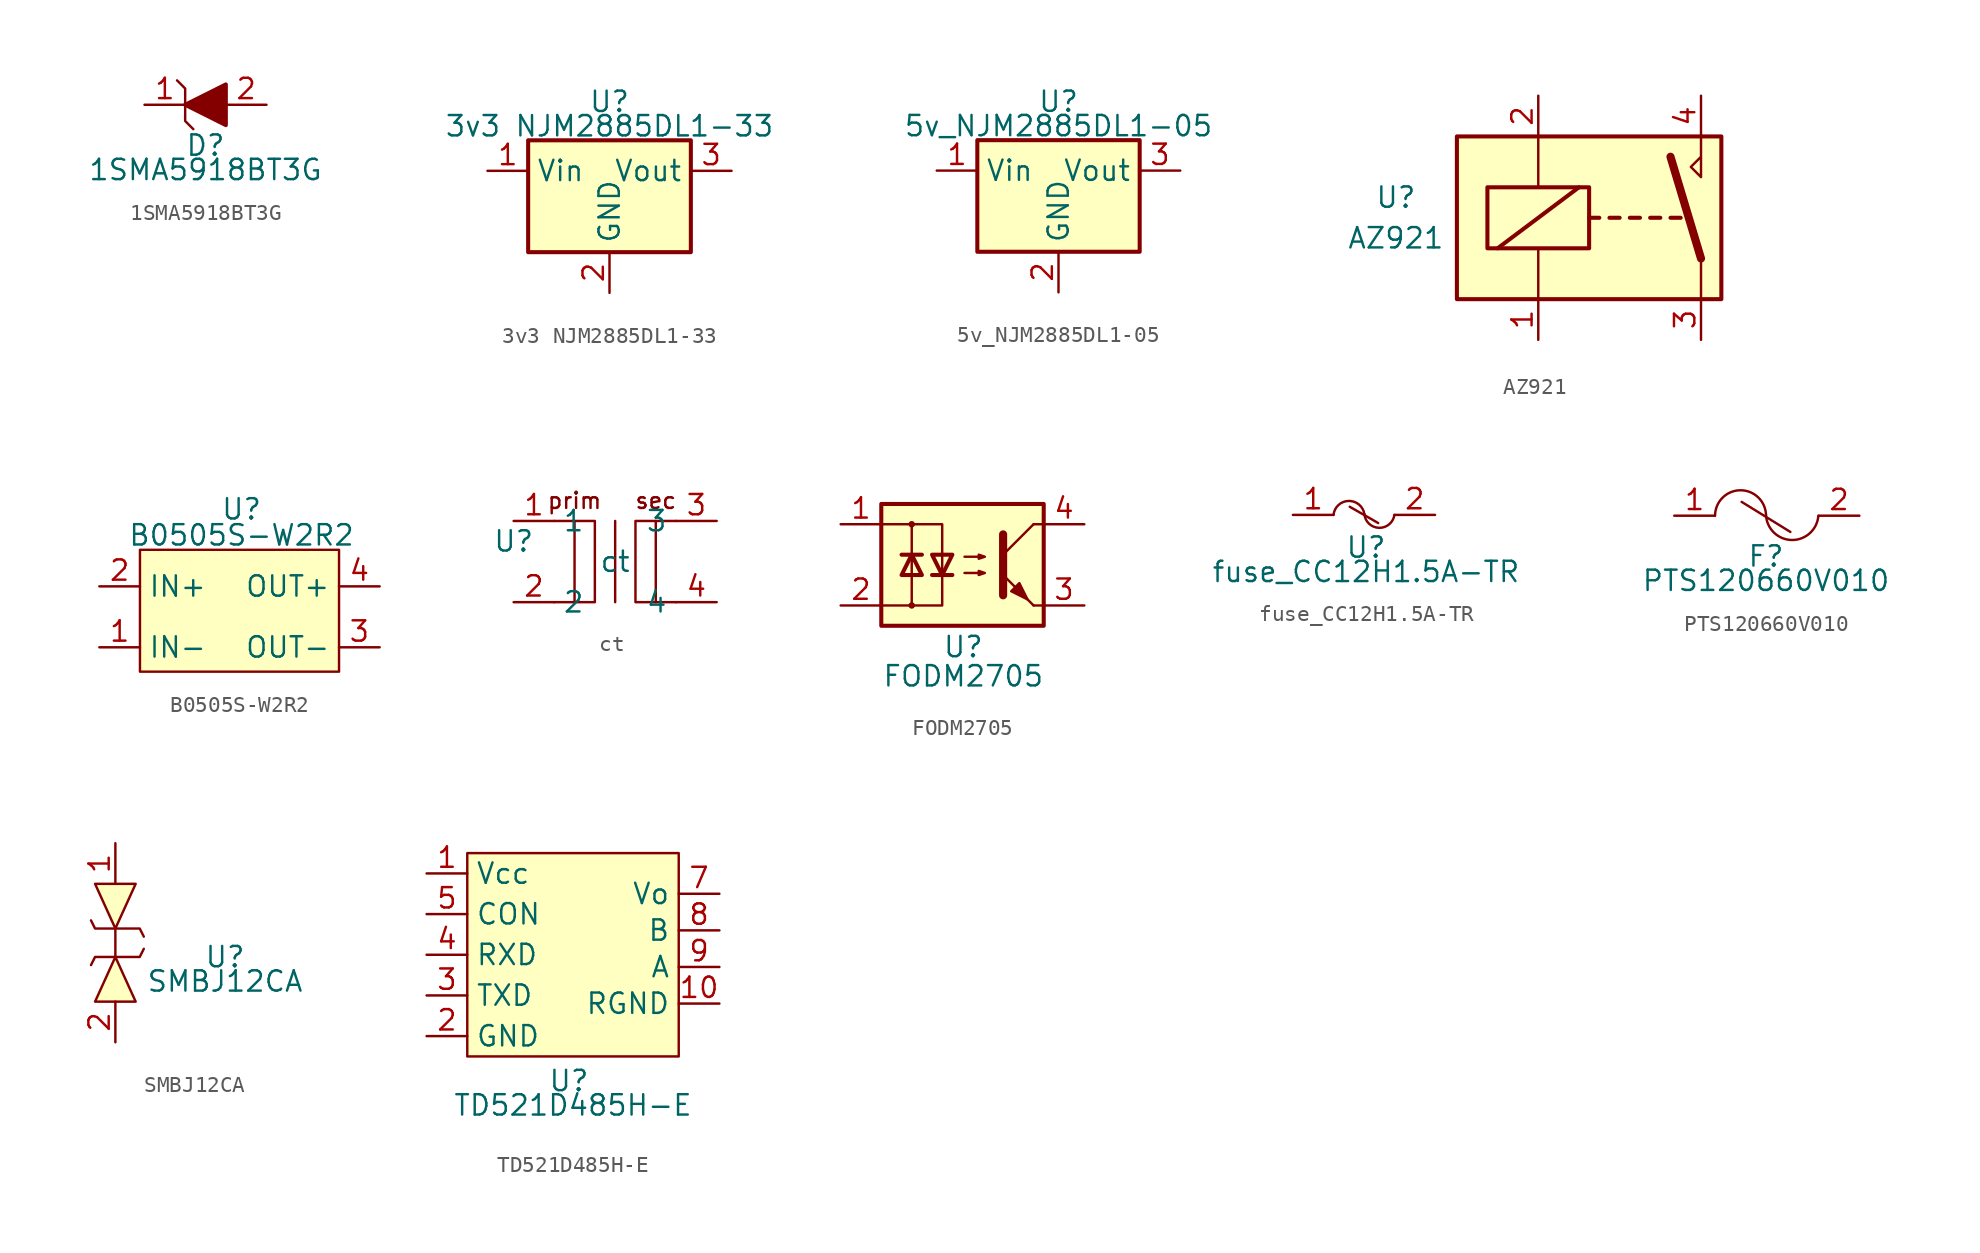
<source format=kicad_sym>
(kicad_symbol_lib
  (version 20211014)
  (generator kicad_symbol_editor)
  (symbol "1SMA5918BT3G"
    (property "Reference" "D"
      (at 0 -2.54 0)
      (effects (font (size 1.27 1.27))))
    (property "Value" "1SMA5918BT3G"
      (at 0 -4.064 0)
      (effects (font (size 1.27 1.27))))
    (symbol "1SMA5918BT3G_0_1"
      (polyline (pts (xy -0.762 -1.524) (xy -1.27 -1.016) (xy -1.27 1.016) (xy -1.778 1.524)) (stroke (width 0) (type default) (color 0 0 0 0)) (fill (type none)))
      (polyline (pts (xy 1.27 -1.27) (xy 1.27 1.27) (xy -1.27 0) (xy 1.27 -1.27)) (stroke (width 0.254) (type default) (color 0 0 0 0)) (fill (type outline))))
    (symbol "1SMA5918BT3G_1_1"
      (pin passive line (at -3.81 0 0) (length 2.54) (name "" (effects (font (size 1.27 1.27)))) (number "1" (effects (font (size 1.27 1.27)))))
      (pin passive line (at 3.81 0 180) (length 2.54) (name "" (effects (font (size 1.27 1.27)))) (number "2" (effects (font (size 1.27 1.27)))))))
  (symbol "3v3 NJM2885DL1-33"
    (property "Reference" "U"
      (at 0 6.096 0)
      (effects (font (size 1.27 1.27))))
    (property "Value" "3v3 NJM2885DL1-33"
      (at 0 4.572 0)
      (effects (font (size 1.27 1.27))))
    (symbol "3v3 NJM2885DL1-33_0_1"
      (rectangle (start -5.08 3.683) (end 5.08 -3.302) (stroke (width 0.254) (type default) (color 0 0 0 0)) (fill (type background))))
    (symbol "3v3 NJM2885DL1-33_1_1"
      (pin power_in line (at -7.62 1.778 0) (length 2.54) (name "Vin" (effects (font (size 1.27 1.27)))) (number "1" (effects (font (size 1.27 1.27)))))
      (pin power_out line (at 0 -5.842 90) (length 2.54) (name "GND" (effects (font (size 1.27 1.27)))) (number "2" (effects (font (size 1.27 1.27)))))
      (pin power_out line (at 7.62 1.778 180) (length 2.54) (name "Vout" (effects (font (size 1.27 1.27)))) (number "3" (effects (font (size 1.27 1.27)))))))
  (symbol "5v_NJM2885DL1-05"
    (property "Reference" "U"
      (at 0 5.842 0)
      (effects (font (size 1.27 1.27))))
    (property "Value" "5v_NJM2885DL1-05"
      (at 0 4.318 0)
      (effects (font (size 1.27 1.27))))
    (symbol "5v_NJM2885DL1-05_0_1"
      (rectangle (start -5.08 3.429) (end 5.08 -3.556) (stroke (width 0.254) (type default) (color 0 0 0 0)) (fill (type background))))
    (symbol "5v_NJM2885DL1-05_1_1"
      (pin power_in line (at -7.62 1.524 0) (length 2.54) (name "Vin" (effects (font (size 1.27 1.27)))) (number "1" (effects (font (size 1.27 1.27)))))
      (pin power_out line (at 0 -6.096 90) (length 2.54) (name "GND" (effects (font (size 1.27 1.27)))) (number "2" (effects (font (size 1.27 1.27)))))
      (pin power_out line (at 7.62 1.524 180) (length 2.54) (name "Vout" (effects (font (size 1.27 1.27)))) (number "3" (effects (font (size 1.27 1.27)))))))
  (symbol "AZ921"
    (property "Reference" "U"
      (at -12.7 1.27 0)
      (effects (font (size 1.27 1.27))))
    (property "Value" "AZ921"
      (at -12.7 -1.27 0)
      (effects (font (size 1.27 1.27))))
    (symbol "AZ921_0_0"
      (polyline (pts (xy 6.35 5.08) (xy 6.35 2.54) (xy 5.715 3.175) (xy 6.35 3.81)) (stroke (width 0) (type default) (color 0 0 0 0)) (fill (type none))))
    (symbol "AZ921_0_1"
      (rectangle (start -8.89 5.08) (end 7.62 -5.08) (stroke (width 0.254) (type default) (color 0 0 0 0)) (fill (type background)))
      (rectangle (start -6.985 1.905) (end -0.635 -1.905) (stroke (width 0.254) (type default) (color 0 0 0 0)) (fill (type none)))
      (polyline (pts (xy -6.35 -1.905) (xy -1.27 1.905)) (stroke (width 0.254) (type default) (color 0 0 0 0)) (fill (type none)))
      (polyline (pts (xy -3.81 -5.08) (xy -3.81 -1.905)) (stroke (width 0) (type default) (color 0 0 0 0)) (fill (type none)))
      (polyline (pts (xy -3.81 5.08) (xy -3.81 1.905)) (stroke (width 0) (type default) (color 0 0 0 0)) (fill (type none)))
      (polyline (pts (xy -0.635 0) (xy 0 0)) (stroke (width 0.254) (type default) (color 0 0 0 0)) (fill (type none)))
      (polyline (pts (xy 0.635 0) (xy 1.27 0)) (stroke (width 0.254) (type default) (color 0 0 0 0)) (fill (type none)))
      (polyline (pts (xy 1.905 0) (xy 2.54 0)) (stroke (width 0.254) (type default) (color 0 0 0 0)) (fill (type none)))
      (polyline (pts (xy 3.175 0) (xy 3.81 0)) (stroke (width 0.254) (type default) (color 0 0 0 0)) (fill (type none)))
      (polyline (pts (xy 4.445 0) (xy 5.08 0)) (stroke (width 0.254) (type default) (color 0 0 0 0)) (fill (type none)))
      (polyline (pts (xy 6.35 -2.54) (xy 4.445 3.81)) (stroke (width 0.508) (type default) (color 0 0 0 0)) (fill (type none)))
      (polyline (pts (xy 6.35 -2.54) (xy 6.35 -5.08)) (stroke (width 0) (type default) (color 0 0 0 0)) (fill (type none))))
    (symbol "AZ921_1_1"
      (pin passive line (at -3.81 -7.62 90) (length 2.54) (name "~" (effects (font (size 1.27 1.27)))) (number "1" (effects (font (size 1.27 1.27)))))
      (pin passive line (at -3.81 7.62 270) (length 2.54) (name "~" (effects (font (size 1.27 1.27)))) (number "2" (effects (font (size 1.27 1.27)))))
      (pin passive line (at 6.35 -7.62 90) (length 2.54) (name "~" (effects (font (size 1.27 1.27)))) (number "3" (effects (font (size 1.27 1.27)))))
      (pin passive line (at 6.35 7.62 270) (length 2.54) (name "~" (effects (font (size 1.27 1.27)))) (number "4" (effects (font (size 1.27 1.27)))))))
  (symbol "B0505S-W2R2"
    (property "Reference" "U"
      (at 0 6.604 0)
      (effects (font (size 1.27 1.27))))
    (property "Value" "B0505S-W2R2"
      (at 0 4.978 0)
      (effects (font (size 1.27 1.27))))
    (symbol "B0505S-W2R2_0_1"
      (rectangle (start -6.35 4.064) (end 6.096 -3.556) (stroke (width 0) (type default) (color 0 0 0 0)) (fill (type background))))
    (symbol "B0505S-W2R2_1_1"
      (pin output line (at -8.89 -2.032 0) (length 2.54) (name "IN-" (effects (font (size 1.27 1.27)))) (number "1" (effects (font (size 1.27 1.27)))))
      (pin input line (at -8.89 1.778 0) (length 2.54) (name "IN+" (effects (font (size 1.27 1.27)))) (number "2" (effects (font (size 1.27 1.27)))))
      (pin output line (at 8.636 -2.032 180) (length 2.54) (name "OUT-" (effects (font (size 1.27 1.27)))) (number "3" (effects (font (size 1.27 1.27)))))
      (pin output line (at 8.636 1.778 180) (length 2.54) (name "OUT+" (effects (font (size 1.27 1.27)))) (number "4" (effects (font (size 1.27 1.27)))))))
  (symbol "ct"
    (property "Reference" "U"
      (at -6.35 5.08 0)
      (effects (font (size 1.27 1.27))))
    (property "Value" "ct"
      (at 0 3.81 0)
      (effects (font (size 1.27 1.27))))
    (symbol "ct_0_0"
      (text "prim" (at -2.54 7.62 0) (effects (font (size 1 1))))
      (text "sec" (at 2.54 7.62 0) (effects (font (size 1 1)))))
    (symbol "ct_0_1"
      (rectangle (start -2.54 6.35) (end -1.27 1.27) (stroke (width 0) (type default) (color 0 0 0 0)) (fill (type none)))
      (polyline (pts (xy -2.54 1.27) (xy -3.81 1.27)) (stroke (width 0) (type default) (color 0 0 0 0)) (fill (type none)))
      (polyline (pts (xy -2.54 6.35) (xy -3.81 6.35)) (stroke (width 0) (type default) (color 0 0 0 0)) (fill (type none)))
      (polyline (pts (xy 0 6.35) (xy 0 1.27)) (stroke (width 0) (type default) (color 0 0 0 0)) (fill (type none)))
      (polyline (pts (xy 2.54 1.27) (xy 3.81 1.27)) (stroke (width 0) (type default) (color 0 0 0 0)) (fill (type none)))
      (polyline (pts (xy 2.54 6.35) (xy 3.81 6.35)) (stroke (width 0) (type default) (color 0 0 0 0)) (fill (type none)))
      (rectangle (start 1.27 6.35) (end 2.54 1.27) (stroke (width 0) (type default) (color 0 0 0 0)) (fill (type none))))
    (symbol "ct_1_1"
      (pin input line (at -6.35 6.35 0) (length 2.54) (name "1" (effects (font (size 1.27 1.27)))) (number "1" (effects (font (size 1.27 1.27)))))
      (pin input line (at -6.35 1.27 0) (length 2.54) (name "2" (effects (font (size 1.27 1.27)))) (number "2" (effects (font (size 1.27 1.27)))))
      (pin output line (at 6.35 6.35 180) (length 2.54) (name "3" (effects (font (size 1.27 1.27)))) (number "3" (effects (font (size 1.27 1.27)))))
      (pin output line (at 6.35 1.27 180) (length 2.54) (name "4" (effects (font (size 1.27 1.27)))) (number "4" (effects (font (size 1.27 1.27)))))))
  (symbol "FODM2705"
    (property "Reference" "U"
      (at 0 0 0)
      (effects (font (size 1.27 1.27))))
    (property "Value" "FODM2705"
      (at 0 -1.829 0)
      (effects (font (size 1.27 1.27))))
    (symbol "FODM2705_0_1"
      (rectangle (start -5.131 8.941) (end 5.029 1.321) (stroke (width 0.254) (type default) (color 0 0 0 0)) (fill (type background)))
      (circle (center -3.226 2.591) (radius 0.127) (stroke (width 0) (type default) (color 0 0 0 0)) (fill (type none)))
      (circle (center -3.226 7.671) (radius 0.127) (stroke (width 0) (type default) (color 0 0 0 0)) (fill (type none)))
      (polyline (pts (xy -3.861 5.766) (xy -2.591 5.766)) (stroke (width 0.254) (type default) (color 0 0 0 0)) (fill (type none)))
      (polyline (pts (xy -3.226 4.496) (xy -3.226 2.591)) (stroke (width 0) (type default) (color 0 0 0 0)) (fill (type none)))
      (polyline (pts (xy -3.226 4.496) (xy -3.226 7.671)) (stroke (width 0) (type default) (color 0 0 0 0)) (fill (type none)))
      (polyline (pts (xy -1.956 4.496) (xy -0.686 4.496)) (stroke (width 0.254) (type default) (color 0 0 0 0)) (fill (type none)))
      (polyline (pts (xy 2.489 5.766) (xy 4.394 7.671)) (stroke (width 0) (type default) (color 0 0 0 0)) (fill (type none)))
      (polyline (pts (xy 4.394 2.591) (xy 2.489 4.496)) (stroke (width 0) (type default) (color 0 0 0 0)) (fill (type outline)))
      (polyline (pts (xy 4.394 2.591) (xy 5.029 2.591)) (stroke (width 0) (type default) (color 0 0 0 0)) (fill (type none)))
      (polyline (pts (xy 4.394 7.671) (xy 5.029 7.671)) (stroke (width 0) (type default) (color 0 0 0 0)) (fill (type none)))
      (polyline (pts (xy -5.131 7.671) (xy -1.321 7.671) (xy -1.321 4.496)) (stroke (width 0) (type default) (color 0 0 0 0)) (fill (type none)))
      (polyline (pts (xy -1.321 4.496) (xy -1.321 2.591) (xy -5.131 2.591)) (stroke (width 0) (type default) (color 0 0 0 0)) (fill (type none)))
      (polyline (pts (xy 2.489 7.036) (xy 2.489 3.226) (xy 2.489 3.226)) (stroke (width 0.508) (type default) (color 0 0 0 0)) (fill (type none)))
      (polyline (pts (xy -3.226 5.766) (xy -3.861 4.496) (xy -2.591 4.496) (xy -3.226 5.766)) (stroke (width 0.254) (type default) (color 0 0 0 0)) (fill (type none)))
      (polyline (pts (xy -1.321 4.496) (xy -1.956 5.766) (xy -0.686 5.766) (xy -1.321 4.496)) (stroke (width 0.254) (type default) (color 0 0 0 0)) (fill (type none)))
      (polyline (pts (xy 0.076 4.623) (xy 1.346 4.623) (xy 0.965 4.496) (xy 0.965 4.75) (xy 1.346 4.623)) (stroke (width 0) (type default) (color 0 0 0 0)) (fill (type none)))
      (polyline (pts (xy 0.076 5.639) (xy 1.346 5.639) (xy 0.965 5.512) (xy 0.965 5.766) (xy 1.346 5.639)) (stroke (width 0) (type default) (color 0 0 0 0)) (fill (type none)))
      (polyline (pts (xy 2.997 3.48) (xy 3.505 3.988) (xy 4.013 2.972) (xy 2.997 3.48) (xy 2.997 3.48)) (stroke (width 0) (type default) (color 0 0 0 0)) (fill (type outline))))
    (symbol "FODM2705_1_1"
      (pin passive line (at -7.671 7.671 0) (length 2.54) (name "~" (effects (font (size 1.27 1.27)))) (number "1" (effects (font (size 1.27 1.27)))))
      (pin passive line (at -7.671 2.591 0) (length 2.54) (name "~" (effects (font (size 1.27 1.27)))) (number "2" (effects (font (size 1.27 1.27)))))
      (pin passive line (at 7.569 2.591 180) (length 2.54) (name "~" (effects (font (size 1.27 1.27)))) (number "3" (effects (font (size 1.27 1.27)))))
      (pin passive line (at 7.569 7.671 180) (length 2.54) (name "~" (effects (font (size 1.27 1.27)))) (number "4" (effects (font (size 1.27 1.27)))))))
  (symbol "fuse_CC12H1.5A-TR"
    (property "Reference" "U"
      (at 0 -2.032 0)
      (effects (font (size 1.27 1.27))))
    (property "Value" "fuse_CC12H1.5A-TR"
      (at 0 -3.556 0)
      (effects (font (size 1.27 1.27))))
    (symbol "fuse_CC12H1.5A-TR_0_1"
      (arc (start -0.1016 0.0508) (mid -1.0957 1.1228) (end -2.032 0) (stroke (width 0) (type default) (color 0 0 0 0)) (fill (type none)))
      (arc (start -0.1016 0.0508) (mid 0.8095 -1.034) (end 1.778 0) (stroke (width 0) (type default) (color 0 0 0 0)) (fill (type none)))
      (polyline (pts (xy -1.016 0.508) (xy 0.762 -0.508)) (stroke (width 0) (type default) (color 0 0 0 0)) (fill (type none))))
    (symbol "fuse_CC12H1.5A-TR_1_1"
      (pin input line (at -4.572 0 0) (length 2.54) (name "" (effects (font (size 1.27 1.27)))) (number "1" (effects (font (size 1.27 1.27)))))
      (pin output line (at 4.318 0 180) (length 2.54) (name "" (effects (font (size 1.27 1.27)))) (number "2" (effects (font (size 1.27 1.27)))))))
  (symbol "PTS120660V010"
    (property "Reference" "F"
      (at 0 -2.54 0)
      (effects (font (size 1.27 1.27))))
    (property "Value" "PTS120660V010"
      (at 0 -4.064 0)
      (effects (font (size 1.27 1.27))))
    (symbol "PTS120660V010_0_1"
      (polyline (pts (xy -1.524 0.864) (xy 1.524 -1.016)) (stroke (width 0) (type default) (color 0 0 0 0)) (fill (type none)))
      (arc (start 0 0.0508) (mid -1.6196 1.6475) (end -3.1877 0) (stroke (width 0) (type default) (color 0 0 0 0)) (fill (type none)))
      (arc (start 0 0.0508) (mid 1.6114 -1.7116) (end 3.2766 0) (stroke (width 0) (type default) (color 0 0 0 0)) (fill (type none))))
    (symbol "PTS120660V010_1_1"
      (pin input line (at -5.74 0 0) (length 2.54) (name "" (effects (font (size 1.27 1.27)))) (number "1" (effects (font (size 1.27 1.27)))))
      (pin output line (at 5.842 0 180) (length 2.54) (name "" (effects (font (size 1.27 1.27)))) (number "2" (effects (font (size 1.27 1.27)))))))
  (symbol "SMBJ12CA"
    (property "Reference" "U"
      (at 6.858 5.588 0)
      (effects (font (size 1.27 1.27))))
    (property "Value" "SMBJ12CA"
      (at 6.858 4.064 0)
      (effects (font (size 1.27 1.27))))
    (symbol "SMBJ12CA_0_1"
      (polyline (pts (xy 0 7.366) (xy 0 5.588)) (stroke (width 0) (type default) (color 0 0 0 0)) (fill (type none)))
      (polyline (pts (xy -1.524 5.08) (xy -1.27 5.588) (xy 1.524 5.588) (xy 1.778 6.096)) (stroke (width 0) (type default) (color 0 0 0 0)) (fill (type none)))
      (polyline (pts (xy -1.524 7.874) (xy -1.27 7.366) (xy 1.524 7.366) (xy 1.778 6.858)) (stroke (width 0) (type default) (color 0 0 0 0)) (fill (type none)))
      (polyline (pts (xy 0 5.588) (xy -1.27 2.794) (xy 1.27 2.794) (xy 0 5.588)) (stroke (width 0) (type default) (color 0 0 0 0)) (fill (type background)))
      (polyline (pts (xy 0 7.366) (xy -1.27 10.16) (xy 1.27 10.16) (xy 0 7.366)) (stroke (width 0) (type default) (color 0 0 0 0)) (fill (type background))))
    (symbol "SMBJ12CA_1_1"
      (pin bidirectional line (at 0 12.7 270) (length 2.54) (name "" (effects (font (size 1.27 1.27)))) (number "1" (effects (font (size 1.27 1.27)))))
      (pin bidirectional line (at 0 0.254 90) (length 2.54) (name "" (effects (font (size 1.27 1.27)))) (number "2" (effects (font (size 1.27 1.27)))))))
  (symbol "TD521D485H-E"
    (property "Reference" "U"
      (at 0 0 0)
      (effects (font (size 1.27 1.27))))
    (property "Value" "TD521D485H-E"
      (at 0.254 -1.524 0)
      (effects (font (size 1.27 1.27))))
    (symbol "TD521D485H-E_0_1"
      (rectangle (start -6.35 14.224) (end 6.858 1.524) (stroke (width 0) (type default) (color 0 0 0 0)) (fill (type background))))
    (symbol "TD521D485H-E_1_1"
      (pin input line (at -8.89 12.954 0) (length 2.54) (name "Vcc" (effects (font (size 1.27 1.27)))) (number "1" (effects (font (size 1.27 1.27)))))
      (pin output line (at 9.398 4.826 180) (length 2.54) (name "RGND" (effects (font (size 1.27 1.27)))) (number "10" (effects (font (size 1.27 1.27)))))
      (pin output line (at -8.89 2.794 0) (length 2.54) (name "GND" (effects (font (size 1.27 1.27)))) (number "2" (effects (font (size 1.27 1.27)))))
      (pin bidirectional line (at -8.89 5.334 0) (length 2.54) (name "TXD" (effects (font (size 1.27 1.27)))) (number "3" (effects (font (size 1.27 1.27)))))
      (pin bidirectional line (at -8.89 7.874 0) (length 2.54) (name "RXD" (effects (font (size 1.27 1.27)))) (number "4" (effects (font (size 1.27 1.27)))))
      (pin bidirectional line (at -8.89 10.414 0) (length 2.54) (name "CON" (effects (font (size 1.27 1.27)))) (number "5" (effects (font (size 1.27 1.27)))))
      (pin output line (at 9.398 11.684 180) (length 2.54) (name "Vo" (effects (font (size 1.27 1.27)))) (number "7" (effects (font (size 1.27 1.27)))))
      (pin bidirectional line (at 9.398 9.398 180) (length 2.54) (name "B" (effects (font (size 1.27 1.27)))) (number "8" (effects (font (size 1.27 1.27)))))
      (pin bidirectional line (at 9.398 7.112 180) (length 2.54) (name "A" (effects (font (size 1.27 1.27)))) (number "9" (effects (font (size 1.27 1.27))))))))
</source>
